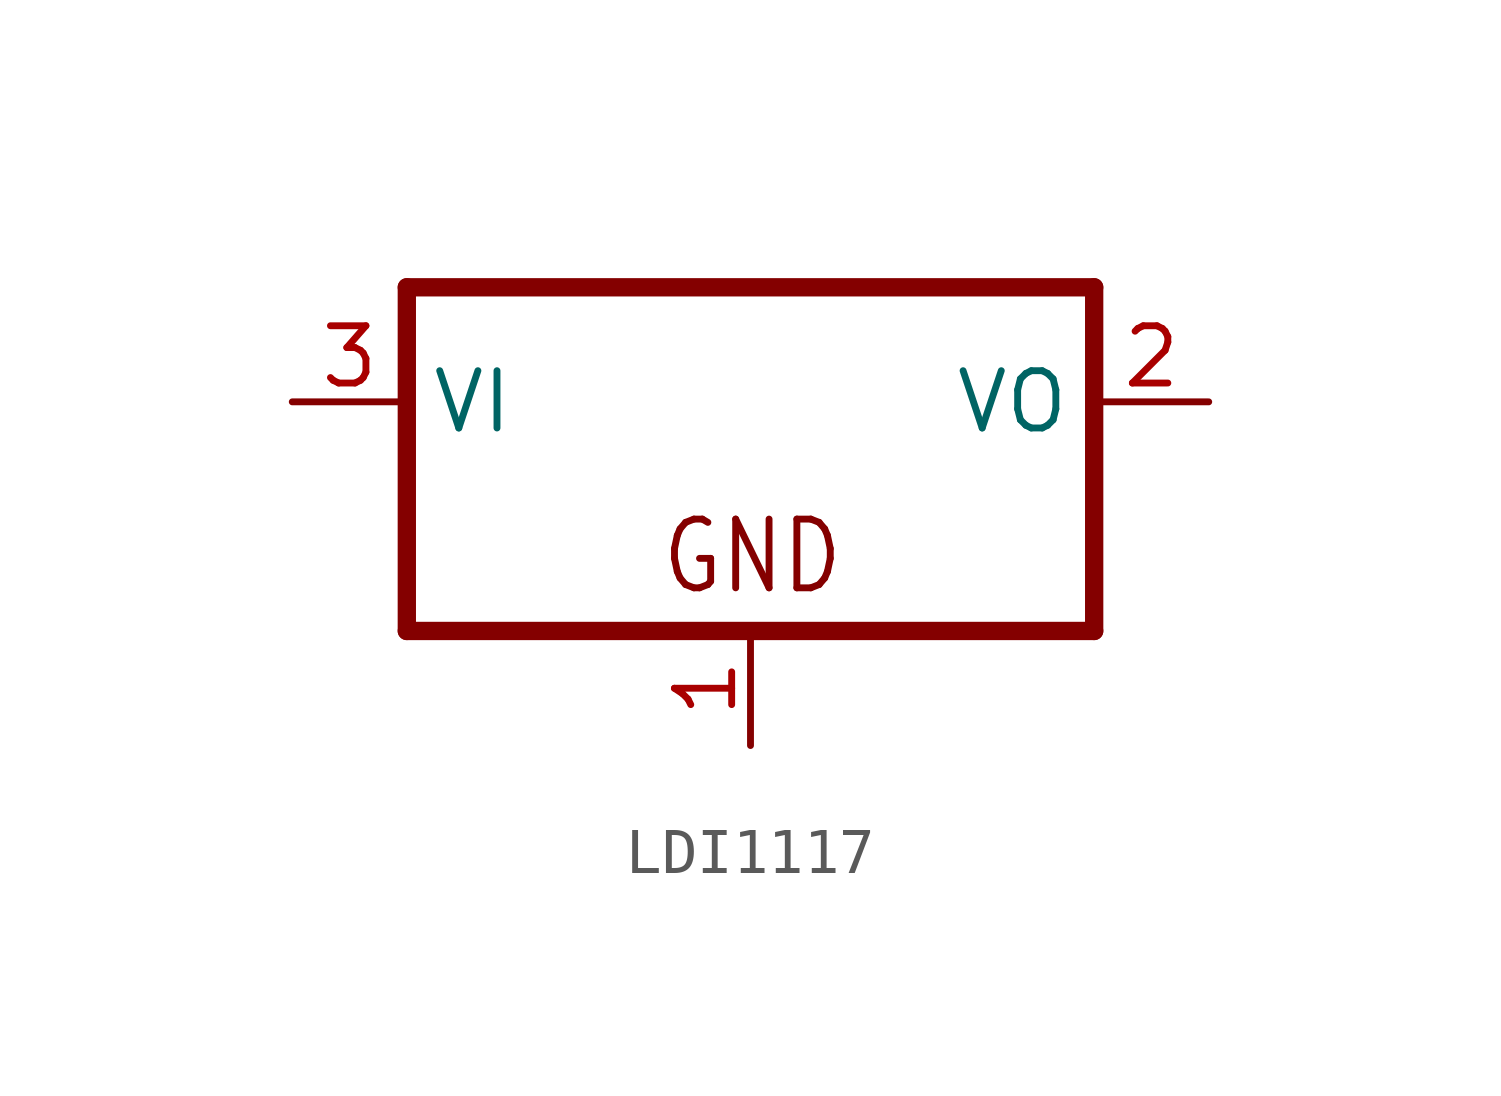
<source format=kicad_sym>
(kicad_symbol_lib
  (version 20231120)
  (generator "kicad_symbol_editor")
  (generator_version "8.0")
  (symbol "LDI1117"
    (property "Reference" ""
      (at -7.62 8.255 0)
      (effects (font (size 1.778 1.511)) (justify left bottom) (hide yes)))
    (property "Value" ""
      (at -7.62 5.715 0)
      (effects (font (size 1.778 1.511)) (justify left bottom)))
    (property "ki_locked" ""
      (at 0 0 0)
      (effects (font (size 1.27 1.27))))
    (symbol "LDI1117_1_0"
      (polyline (pts (xy -7.62 -2.54) (xy 7.62 -2.54)) (stroke (width 0.406) (type solid)) (fill (type none)))
      (polyline (pts (xy -7.62 5.08) (xy -7.62 -2.54)) (stroke (width 0.406) (type solid)) (fill (type none)))
      (polyline (pts (xy 7.62 -2.54) (xy 7.62 5.08)) (stroke (width 0.406) (type solid)) (fill (type none)))
      (polyline (pts (xy 7.62 5.08) (xy -7.62 5.08)) (stroke (width 0.406) (type solid)) (fill (type none)))
      (text "GND" (at -2.032 -1.778 0) (effects (font (size 1.524 1.295)) (justify left bottom)))
      (pin passive line (at 0 -5.08 90) (length 2.54) (name "GND" (effects (font (size 0 0)))) (number "1" (effects (font (size 1.27 1.27)))))
      (pin passive line (at 10.16 2.54 180) (length 2.54) (name "VO" (effects (font (size 1.27 1.27)))) (number "2" (effects (font (size 1.27 1.27)))))
      (pin input line (at -10.16 2.54 0) (length 2.54) (name "VI" (effects (font (size 1.27 1.27)))) (number "3" (effects (font (size 1.27 1.27))))))))
</source>
